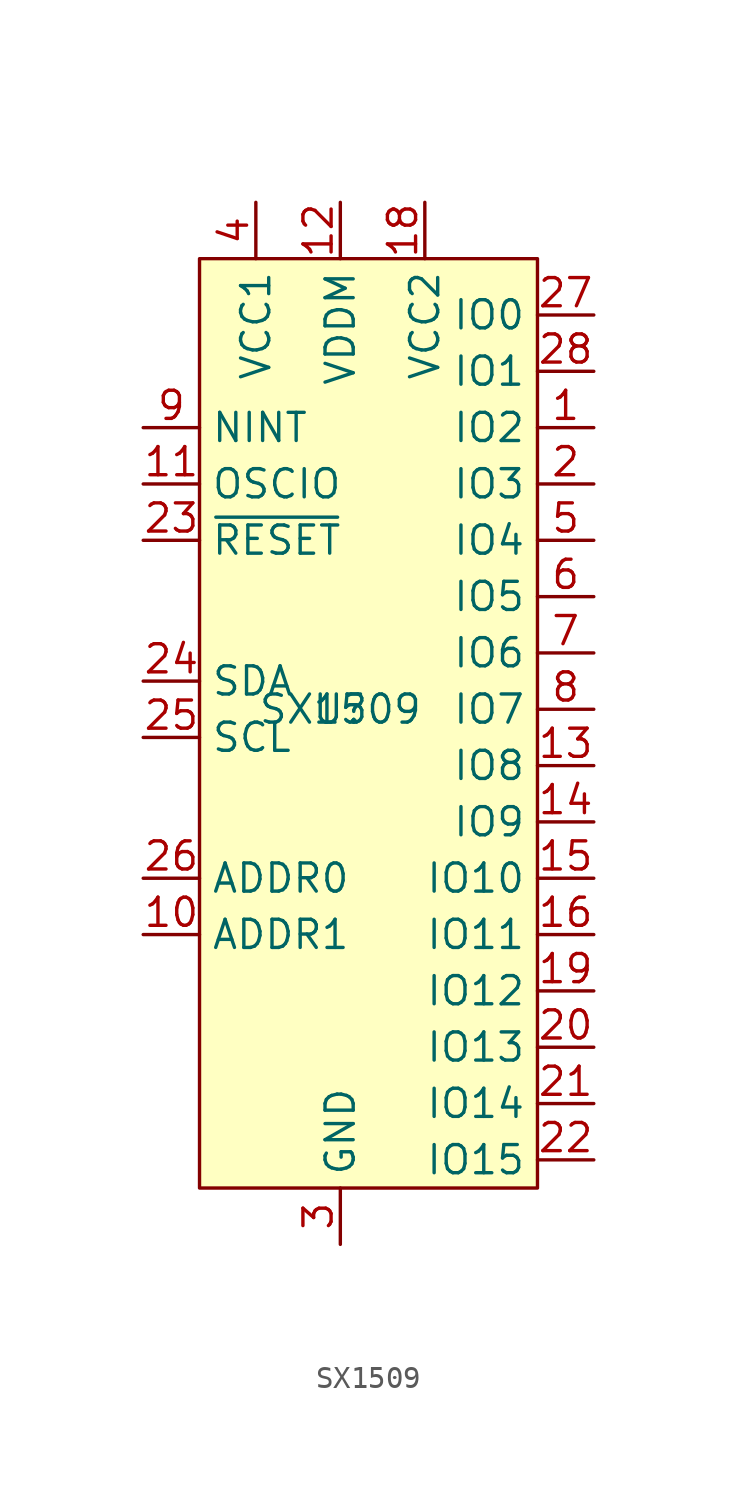
<source format=kicad_sym>
(kicad_symbol_lib
  (version 20231120)
  (generator "kicad_symbol_editor")
  (generator_version "8.0")
  (symbol "SX1509"
    (property "Reference" "U"
      (at 0 0 0)
      (effects (font (size 1.27 1.27))))
    (property "Value" "SX1509"
      (at 0 0 0)
      (effects (font (size 1.27 1.27))))
    (symbol "SX1509_0_1"
      (rectangle (start -6.35 20.32) (end 8.89 -21.59) (stroke (width 0) (type default)) (fill (type background))))
    (symbol "SX1509_1_1"
      (pin bidirectional line (at 11.43 12.7 180) (length 2.54) (name "IO2" (effects (font (size 1.27 1.27)))) (number "1" (effects (font (size 1.27 1.27)))))
      (pin input line (at -8.89 -10.16 0) (length 2.54) (name "ADDR1" (effects (font (size 1.27 1.27)))) (number "10" (effects (font (size 1.27 1.27)))))
      (pin bidirectional line (at -8.89 10.16 0) (length 2.54) (name "OSCIO" (effects (font (size 1.27 1.27)))) (number "11" (effects (font (size 1.27 1.27)))))
      (pin power_in line (at 0 22.86 270) (length 2.54) (name "VDDM" (effects (font (size 1.27 1.27)))) (number "12" (effects (font (size 1.27 1.27)))))
      (pin bidirectional line (at 11.43 -2.54 180) (length 2.54) (name "IO8" (effects (font (size 1.27 1.27)))) (number "13" (effects (font (size 1.27 1.27)))))
      (pin bidirectional line (at 11.43 -5.08 180) (length 2.54) (name "IO9" (effects (font (size 1.27 1.27)))) (number "14" (effects (font (size 1.27 1.27)))))
      (pin bidirectional line (at 11.43 -7.62 180) (length 2.54) (name "IO10" (effects (font (size 1.27 1.27)))) (number "15" (effects (font (size 1.27 1.27)))))
      (pin bidirectional line (at 11.43 -10.16 180) (length 2.54) (name "IO11" (effects (font (size 1.27 1.27)))) (number "16" (effects (font (size 1.27 1.27)))))
      (pin passive line (at 0 -24.13 90) (length 2.54) hide (name "GND" (effects (font (size 1.27 1.27)))) (number "17" (effects (font (size 1.27 1.27)))))
      (pin power_in line (at 3.81 22.86 270) (length 2.54) (name "VCC2" (effects (font (size 1.27 1.27)))) (number "18" (effects (font (size 1.27 1.27)))))
      (pin bidirectional line (at 11.43 -12.7 180) (length 2.54) (name "IO12" (effects (font (size 1.27 1.27)))) (number "19" (effects (font (size 1.27 1.27)))))
      (pin bidirectional line (at 11.43 10.16 180) (length 2.54) (name "IO3" (effects (font (size 1.27 1.27)))) (number "2" (effects (font (size 1.27 1.27)))))
      (pin bidirectional line (at 11.43 -15.24 180) (length 2.54) (name "IO13" (effects (font (size 1.27 1.27)))) (number "20" (effects (font (size 1.27 1.27)))))
      (pin bidirectional line (at 11.43 -17.78 180) (length 2.54) (name "IO14" (effects (font (size 1.27 1.27)))) (number "21" (effects (font (size 1.27 1.27)))))
      (pin bidirectional line (at 11.43 -20.32 180) (length 2.54) (name "IO15" (effects (font (size 1.27 1.27)))) (number "22" (effects (font (size 1.27 1.27)))))
      (pin input line (at -8.89 7.62 0) (length 2.54) (name "~{RESET}" (effects (font (size 1.27 1.27)))) (number "23" (effects (font (size 1.27 1.27)))))
      (pin bidirectional line (at -8.89 1.27 0) (length 2.54) (name "SDA" (effects (font (size 1.27 1.27)))) (number "24" (effects (font (size 1.27 1.27)))))
      (pin input line (at -8.89 -1.27 0) (length 2.54) (name "SCL" (effects (font (size 1.27 1.27)))) (number "25" (effects (font (size 1.27 1.27)))))
      (pin input line (at -8.89 -7.62 0) (length 2.54) (name "ADDR0" (effects (font (size 1.27 1.27)))) (number "26" (effects (font (size 1.27 1.27)))))
      (pin bidirectional line (at 11.43 17.78 180) (length 2.54) (name "IO0" (effects (font (size 1.27 1.27)))) (number "27" (effects (font (size 1.27 1.27)))))
      (pin bidirectional line (at 11.43 15.24 180) (length 2.54) (name "IO1" (effects (font (size 1.27 1.27)))) (number "28" (effects (font (size 1.27 1.27)))))
      (pin power_in line (at 0 -24.13 90) (length 2.54) (name "GND" (effects (font (size 1.27 1.27)))) (number "3" (effects (font (size 1.27 1.27)))))
      (pin power_in line (at -3.81 22.86 270) (length 2.54) (name "VCC1" (effects (font (size 1.27 1.27)))) (number "4" (effects (font (size 1.27 1.27)))))
      (pin bidirectional line (at 11.43 7.62 180) (length 2.54) (name "IO4" (effects (font (size 1.27 1.27)))) (number "5" (effects (font (size 1.27 1.27)))))
      (pin bidirectional line (at 11.43 5.08 180) (length 2.54) (name "IO5" (effects (font (size 1.27 1.27)))) (number "6" (effects (font (size 1.27 1.27)))))
      (pin bidirectional line (at 11.43 2.54 180) (length 2.54) (name "IO6" (effects (font (size 1.27 1.27)))) (number "7" (effects (font (size 1.27 1.27)))))
      (pin bidirectional line (at 11.43 0 180) (length 2.54) (name "IO7" (effects (font (size 1.27 1.27)))) (number "8" (effects (font (size 1.27 1.27)))))
      (pin output line (at -8.89 12.7 0) (length 2.54) (name "NINT" (effects (font (size 1.27 1.27)))) (number "9" (effects (font (size 1.27 1.27))))))))
</source>
